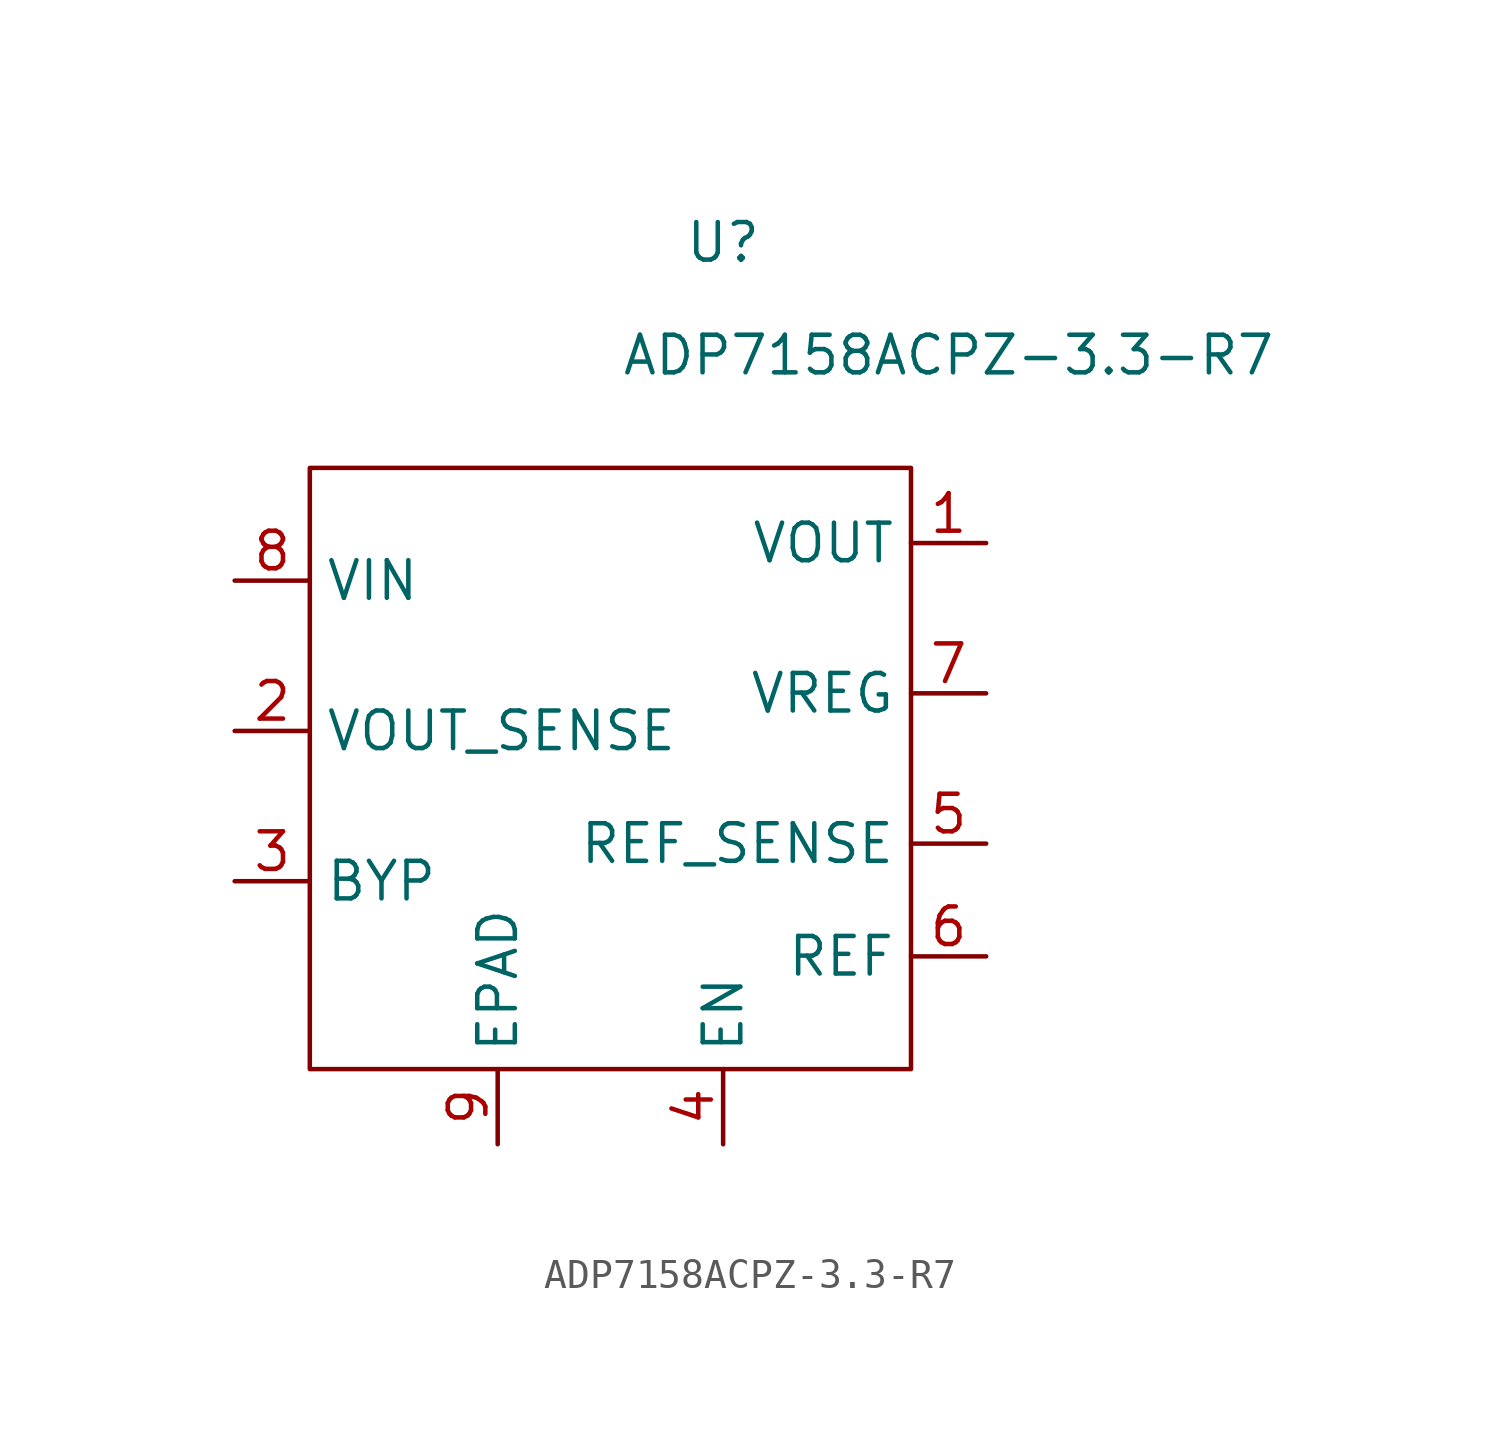
<source format=kicad_sym>
(kicad_symbol_lib
  (version 20211014)
  (generator kicad_symbol_editor)
  (symbol "ADP7158ACPZ-3.3-R7"
    (property "Reference" "U"
      (at 3.81 17.78 0)
      (effects (font (size 1.27 1.27))))
    (property "Value" "ADP7158ACPZ-3.3-R7"
      (at 11.43 13.97 0)
      (effects (font (size 1.27 1.27))))
    (symbol "ADP7158ACPZ-3.3-R7_0_0"
      (pin power_out line (at 12.7 7.62 180) (length 2.54) (name "VOUT" (effects (font (size 1.27 1.27)))) (number "1" (effects (font (size 1.27 1.27)))))
      (pin input line (at -12.7 1.27 0) (length 2.54) (name "VOUT_SENSE" (effects (font (size 1.27 1.27)))) (number "2" (effects (font (size 1.27 1.27)))))
      (pin power_out line (at -12.7 -3.81 0) (length 2.54) (name "BYP" (effects (font (size 1.27 1.27)))) (number "3" (effects (font (size 1.27 1.27)))))
      (pin input line (at 3.81 -12.7 90) (length 2.54) (name "EN" (effects (font (size 1.27 1.27)))) (number "4" (effects (font (size 1.27 1.27)))))
      (pin input line (at 12.7 -2.54 180) (length 2.54) (name "REF_SENSE" (effects (font (size 1.27 1.27)))) (number "5" (effects (font (size 1.27 1.27)))))
      (pin power_out line (at 12.7 -6.35 180) (length 2.54) (name "REF" (effects (font (size 1.27 1.27)))) (number "6" (effects (font (size 1.27 1.27)))))
      (pin power_out line (at 12.7 2.54 180) (length 2.54) (name "VREG" (effects (font (size 1.27 1.27)))) (number "7" (effects (font (size 1.27 1.27)))))
      (pin power_in line (at -12.7 6.35 0) (length 2.54) (name "VIN" (effects (font (size 1.27 1.27)))) (number "8" (effects (font (size 1.27 1.27)))))
      (pin passive line (at -3.81 -12.7 90) (length 2.54) (name "EPAD" (effects (font (size 1.27 1.27)))) (number "9" (effects (font (size 1.27 1.27))))))
    (symbol "ADP7158ACPZ-3.3-R7_0_1"
      (rectangle (start -10.16 10.16) (end 10.16 -10.16) (stroke (width 0) (type default) (color 0 0 0 0)) (fill (type none))))))
</source>
